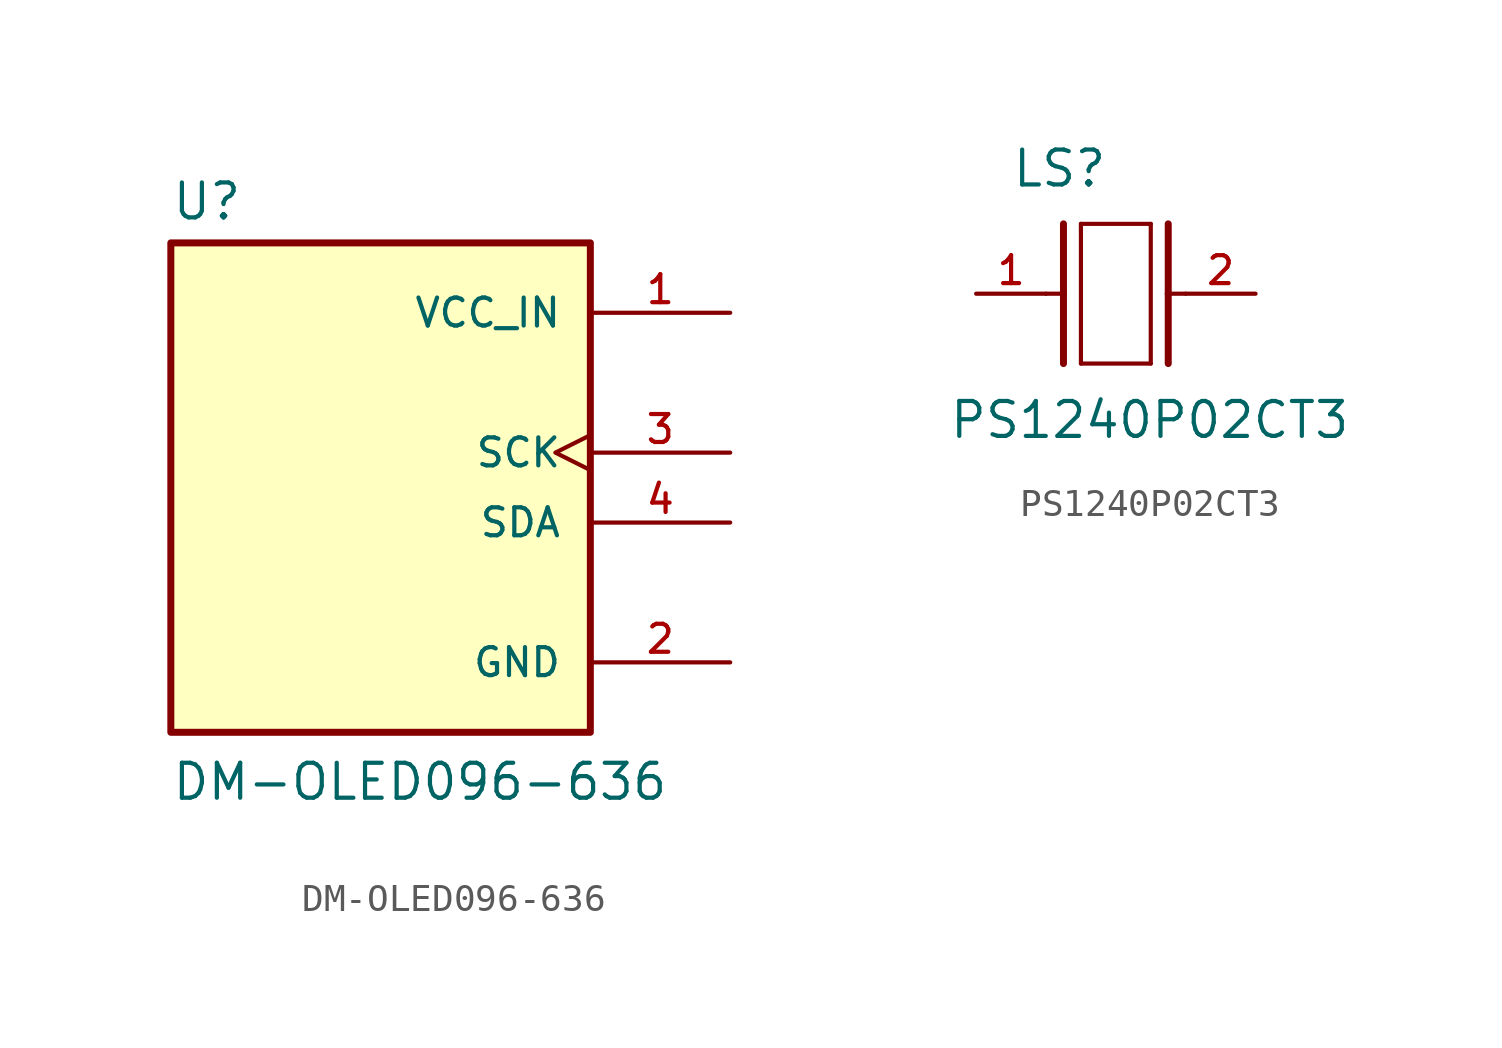
<source format=kicad_sym>
(kicad_symbol_lib
  (version 20241209)
  (generator "kicad_symbol_editor")
  (generator_version "9.0")
  (symbol "DM-OLED096-636"
    (pin_names
      (offset 1.016))
    (property "Reference" "U"
      (at -7.62 10.922 0)
      (effects (font (size 1.27 1.27)) (justify left bottom)))
    (property "Value" "DM-OLED096-636"
      (at -7.62 -10.16 0)
      (effects (font (size 1.27 1.27)) (justify left bottom)))
    (symbol "DM-OLED096-636_0_0"
      (rectangle (start -7.62 -7.62) (end 7.62 10.16) (stroke (width 0.254) (type default)) (fill (type background)))
      (pin input clock (at 12.7 2.54 180) (length 5.08) (name "SCK" (effects (font (size 1.016 1.016)))) (number "3" (effects (font (size 1.016 1.016)))))
      (pin bidirectional line (at 12.7 0 180) (length 5.08) (name "SDA" (effects (font (size 1.016 1.016)))) (number "4" (effects (font (size 1.016 1.016)))))
      (pin power_in line (at 12.7 -5.08 180) (length 5.08) (name "GND" (effects (font (size 1.016 1.016)))) (number "2" (effects (font (size 1.016 1.016))))))
    (symbol "DM-OLED096-636_1_0"
      (pin power_in line (at 12.7 7.62 180) (length 5.08) (name "VCC_IN" (effects (font (size 1.016 1.016)))) (number "1" (effects (font (size 1.016 1.016)))))))
  (symbol "PS1240P02CT3"
    (pin_names
      (offset 1.016))
    (property "Reference" "LS"
      (at -3.81 3.81 0)
      (effects (font (size 1.27 1.27)) (justify left bottom)))
    (property "Value" "PS1240P02CT3"
      (at -6.096 -5.334 0)
      (effects (font (size 1.27 1.27)) (justify left bottom)))
    (symbol "PS1240P02CT3_0_0"
      (polyline (pts (xy -2.54 0) (xy -1.905 0)) (stroke (width 0.152) (type default)) (fill (type none)))
      (polyline (pts (xy -1.905 0) (xy -1.905 2.54)) (stroke (width 0.254) (type default)) (fill (type none)))
      (polyline (pts (xy -1.905 -2.54) (xy -1.905 0)) (stroke (width 0.254) (type default)) (fill (type none)))
      (polyline (pts (xy -1.27 2.54) (xy -1.27 -2.54)) (stroke (width 0.152) (type default)) (fill (type none)))
      (polyline (pts (xy -1.27 -2.54) (xy 1.27 -2.54)) (stroke (width 0.152) (type default)) (fill (type none)))
      (polyline (pts (xy 1.27 2.54) (xy -1.27 2.54)) (stroke (width 0.152) (type default)) (fill (type none)))
      (polyline (pts (xy 1.27 -2.54) (xy 1.27 2.54)) (stroke (width 0.152) (type default)) (fill (type none)))
      (polyline (pts (xy 1.905 2.54) (xy 1.905 0)) (stroke (width 0.254) (type default)) (fill (type none)))
      (polyline (pts (xy 1.905 0) (xy 1.905 -2.54)) (stroke (width 0.254) (type default)) (fill (type none)))
      (polyline (pts (xy 1.905 0) (xy 2.54 0)) (stroke (width 0.152) (type default)) (fill (type none)))
      (pin passive line (at -5.08 0 0) (length 2.54) (name "~" (effects (font (size 1.016 1.016)))) (number "1" (effects (font (size 1.016 1.016)))))
      (pin passive line (at 5.08 0 180) (length 2.54) (name "~" (effects (font (size 1.016 1.016)))) (number "2" (effects (font (size 1.016 1.016))))))))
</source>
